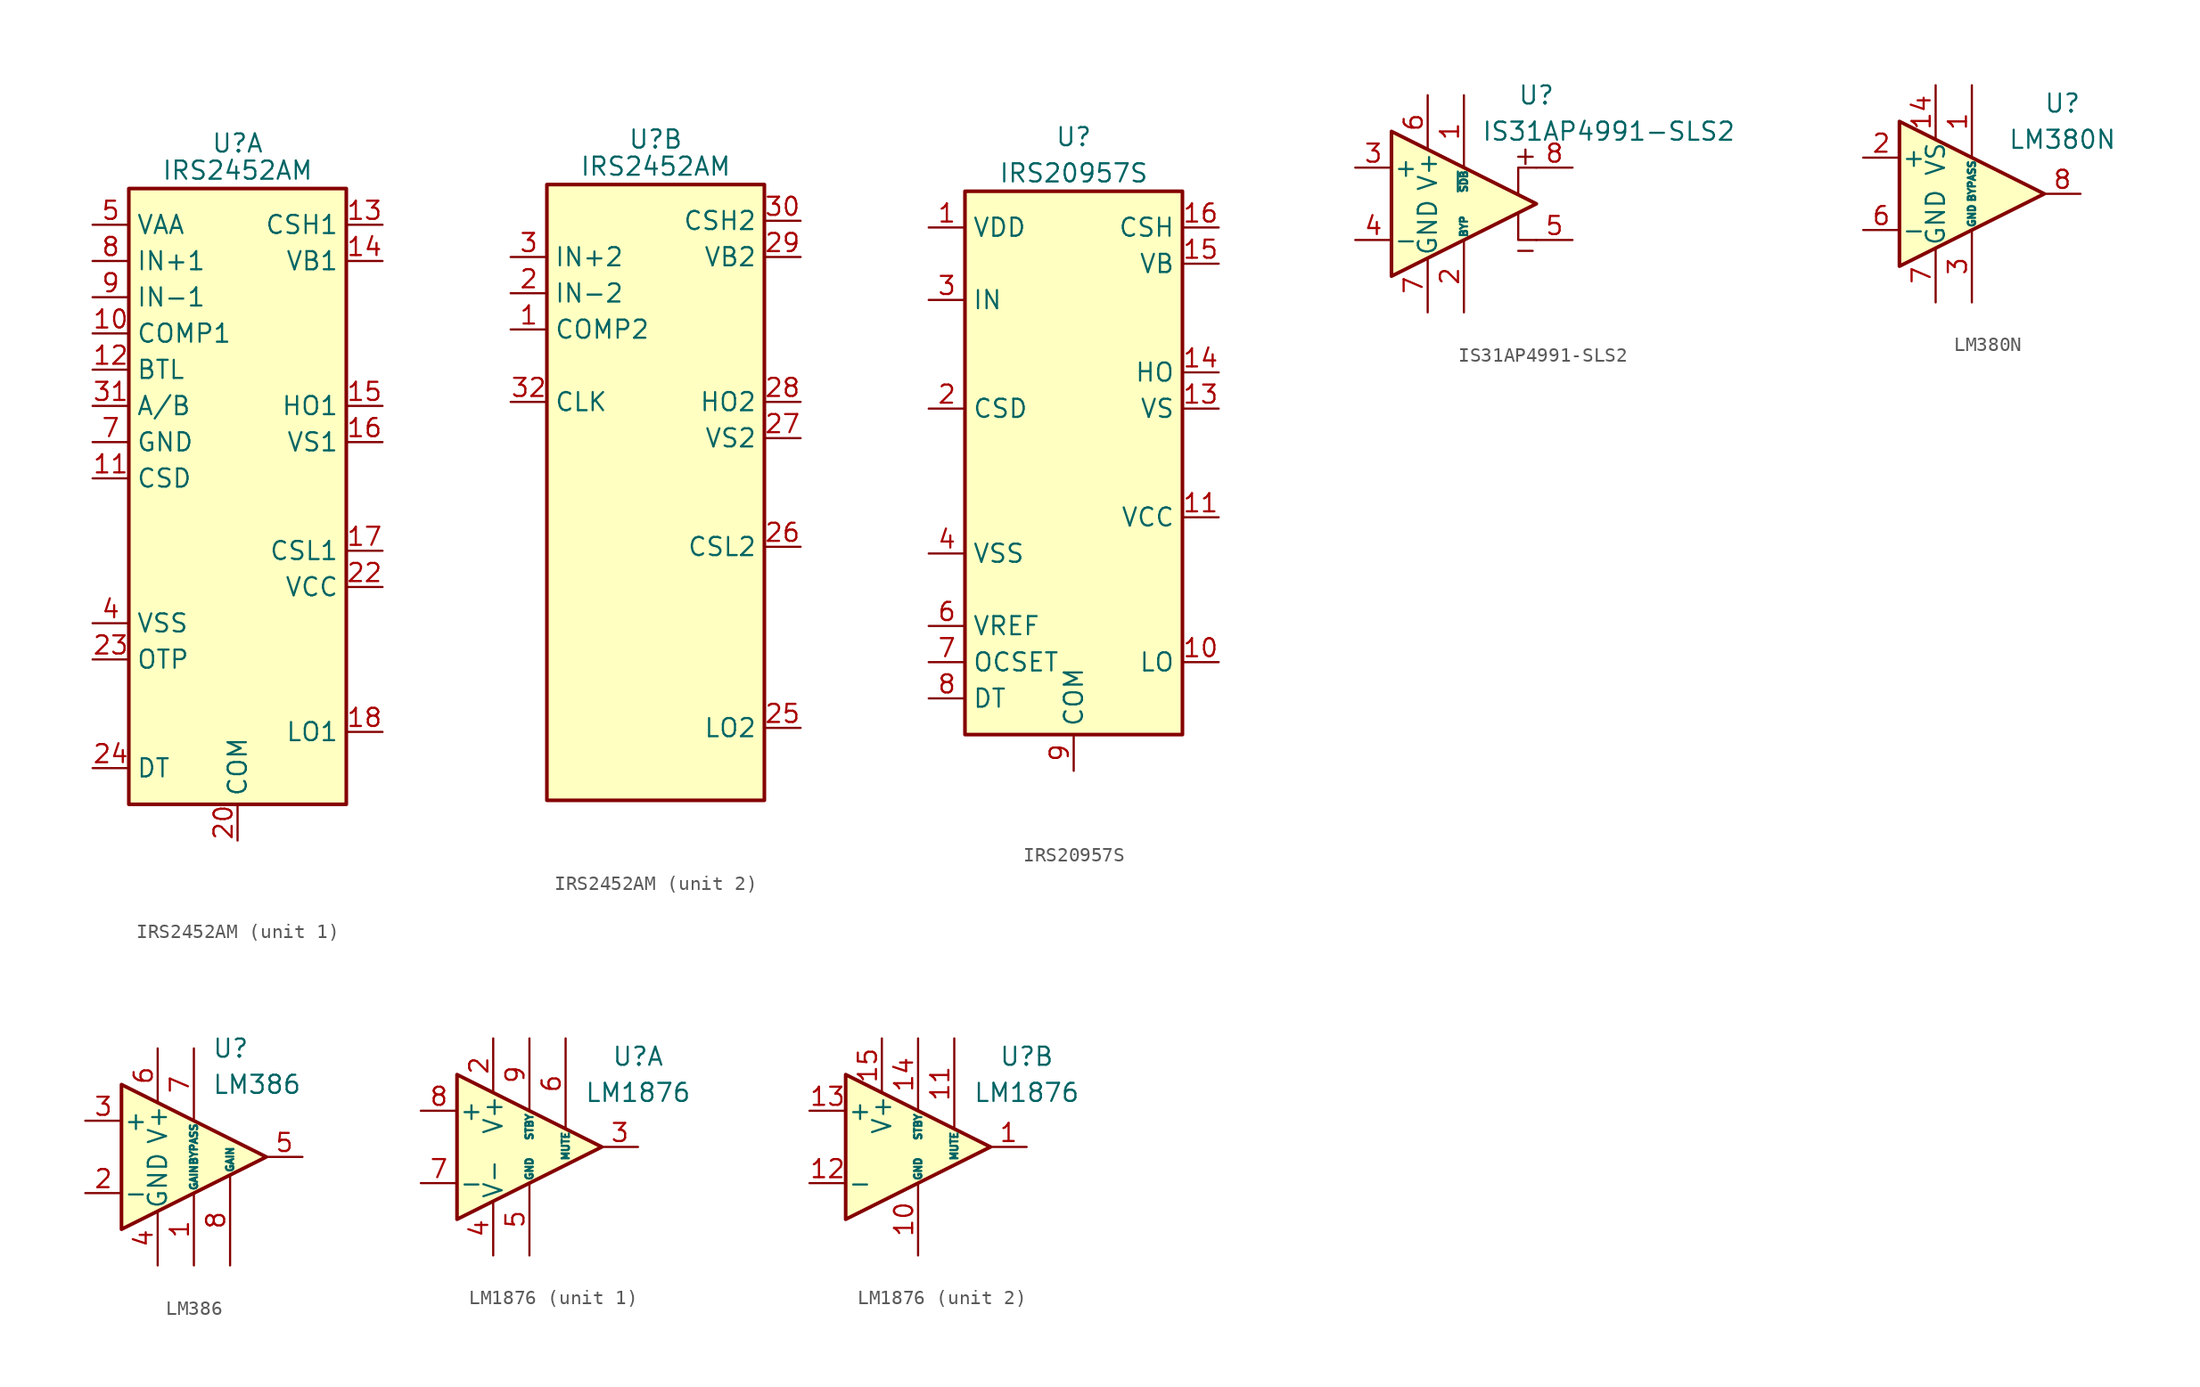
<source format=kicad_sym>
(kicad_symbol_lib
  (version 20220914)
  (generator kicad_symbol_editor)
  (symbol "IRS2452AM"
    (property "Reference" "U"
      (at 0 26.035 0)
      (effects (font (size 1.27 1.27))))
    (property "Value" "IRS2452AM"
      (at 0 24.13 0)
      (effects (font (size 1.27 1.27))))
    (property "ki_locked" ""
      (at 0 0 0)
      (effects (font (size 1.27 1.27))))
    (symbol "IRS2452AM_0_1"
      (rectangle (start -7.62 -20.32) (end 7.62 22.86) (stroke (width 0.254) (type default)) (fill (type background))))
    (symbol "IRS2452AM_1_1"
      (pin output line (at -10.16 12.7 0) (length 2.54) (name "COMP1" (effects (font (size 1.27 1.27)))) (number "10" (effects (font (size 1.27 1.27)))))
      (pin passive line (at -10.16 2.54 0) (length 2.54) (name "CSD" (effects (font (size 1.27 1.27)))) (number "11" (effects (font (size 1.27 1.27)))))
      (pin input line (at -10.16 10.16 0) (length 2.54) (name "BTL" (effects (font (size 1.27 1.27)))) (number "12" (effects (font (size 1.27 1.27)))))
      (pin passive line (at 10.16 20.32 180) (length 2.54) (name "CSH1" (effects (font (size 1.27 1.27)))) (number "13" (effects (font (size 1.27 1.27)))))
      (pin power_in line (at 10.16 17.78 180) (length 2.54) (name "VB1" (effects (font (size 1.27 1.27)))) (number "14" (effects (font (size 1.27 1.27)))))
      (pin output line (at 10.16 7.62 180) (length 2.54) (name "HO1" (effects (font (size 1.27 1.27)))) (number "15" (effects (font (size 1.27 1.27)))))
      (pin passive line (at 10.16 5.08 180) (length 2.54) (name "VS1" (effects (font (size 1.27 1.27)))) (number "16" (effects (font (size 1.27 1.27)))))
      (pin passive line (at 10.16 -2.54 180) (length 2.54) (name "CSL1" (effects (font (size 1.27 1.27)))) (number "17" (effects (font (size 1.27 1.27)))))
      (pin output line (at 10.16 -15.24 180) (length 2.54) (name "LO1" (effects (font (size 1.27 1.27)))) (number "18" (effects (font (size 1.27 1.27)))))
      (pin no_connect line (at -7.62 -2.54 0) (length 2.54) hide (name "NC" (effects (font (size 1.27 1.27)))) (number "19" (effects (font (size 1.27 1.27)))))
      (pin power_in line (at 0 -22.86 90) (length 2.54) (name "COM" (effects (font (size 1.27 1.27)))) (number "20" (effects (font (size 1.27 1.27)))))
      (pin no_connect line (at -7.62 -5.08 0) (length 2.54) hide (name "NC" (effects (font (size 1.27 1.27)))) (number "21" (effects (font (size 1.27 1.27)))))
      (pin power_in line (at 10.16 -5.08 180) (length 2.54) (name "VCC" (effects (font (size 1.27 1.27)))) (number "22" (effects (font (size 1.27 1.27)))))
      (pin passive line (at -10.16 -10.16 0) (length 2.54) (name "OTP" (effects (font (size 1.27 1.27)))) (number "23" (effects (font (size 1.27 1.27)))))
      (pin passive line (at -10.16 -17.78 0) (length 2.54) (name "DT" (effects (font (size 1.27 1.27)))) (number "24" (effects (font (size 1.27 1.27)))))
      (pin input line (at -10.16 7.62 0) (length 2.54) (name "A/B" (effects (font (size 1.27 1.27)))) (number "31" (effects (font (size 1.27 1.27)))))
      (pin passive line (at 0 -22.86 90) (length 2.54) hide (name "COM" (effects (font (size 1.27 1.27)))) (number "33" (effects (font (size 1.27 1.27)))))
      (pin power_in line (at -10.16 -7.62 0) (length 2.54) (name "VSS" (effects (font (size 1.27 1.27)))) (number "4" (effects (font (size 1.27 1.27)))))
      (pin power_in line (at -10.16 20.32 0) (length 2.54) (name "VAA" (effects (font (size 1.27 1.27)))) (number "5" (effects (font (size 1.27 1.27)))))
      (pin no_connect line (at -7.62 0 0) (length 2.54) hide (name "NC" (effects (font (size 1.27 1.27)))) (number "6" (effects (font (size 1.27 1.27)))))
      (pin power_in line (at -10.16 5.08 0) (length 2.54) (name "GND" (effects (font (size 1.27 1.27)))) (number "7" (effects (font (size 1.27 1.27)))))
      (pin input line (at -10.16 17.78 0) (length 2.54) (name "IN+1" (effects (font (size 1.27 1.27)))) (number "8" (effects (font (size 1.27 1.27)))))
      (pin input line (at -10.16 15.24 0) (length 2.54) (name "IN-1" (effects (font (size 1.27 1.27)))) (number "9" (effects (font (size 1.27 1.27))))))
    (symbol "IRS2452AM_2_1"
      (pin output line (at -10.16 12.7 0) (length 2.54) (name "COMP2" (effects (font (size 1.27 1.27)))) (number "1" (effects (font (size 1.27 1.27)))))
      (pin input line (at -10.16 15.24 0) (length 2.54) (name "IN-2" (effects (font (size 1.27 1.27)))) (number "2" (effects (font (size 1.27 1.27)))))
      (pin output line (at 10.16 -15.24 180) (length 2.54) (name "LO2" (effects (font (size 1.27 1.27)))) (number "25" (effects (font (size 1.27 1.27)))))
      (pin passive line (at 10.16 -2.54 180) (length 2.54) (name "CSL2" (effects (font (size 1.27 1.27)))) (number "26" (effects (font (size 1.27 1.27)))))
      (pin passive line (at 10.16 5.08 180) (length 2.54) (name "VS2" (effects (font (size 1.27 1.27)))) (number "27" (effects (font (size 1.27 1.27)))))
      (pin output line (at 10.16 7.62 180) (length 2.54) (name "HO2" (effects (font (size 1.27 1.27)))) (number "28" (effects (font (size 1.27 1.27)))))
      (pin power_in line (at 10.16 17.78 180) (length 2.54) (name "VB2" (effects (font (size 1.27 1.27)))) (number "29" (effects (font (size 1.27 1.27)))))
      (pin input line (at -10.16 17.78 0) (length 2.54) (name "IN+2" (effects (font (size 1.27 1.27)))) (number "3" (effects (font (size 1.27 1.27)))))
      (pin passive line (at 10.16 20.32 180) (length 2.54) (name "CSH2" (effects (font (size 1.27 1.27)))) (number "30" (effects (font (size 1.27 1.27)))))
      (pin input line (at -10.16 7.62 0) (length 2.54) (name "CLK" (effects (font (size 1.27 1.27)))) (number "32" (effects (font (size 1.27 1.27)))))))
  (symbol "IRS20957S"
    (property "Reference" "U"
      (at 0 24.13 0)
      (effects (font (size 1.27 1.27))))
    (property "Value" "IRS20957S"
      (at 0 21.59 0)
      (effects (font (size 1.27 1.27))))
    (symbol "IRS20957S_0_1"
      (rectangle (start -7.62 -17.78) (end 7.62 20.32) (stroke (width 0.254) (type default)) (fill (type background))))
    (symbol "IRS20957S_1_1"
      (pin power_in line (at -10.16 17.78 0) (length 2.54) (name "VDD" (effects (font (size 1.27 1.27)))) (number "1" (effects (font (size 1.27 1.27)))))
      (pin output line (at 10.16 -12.7 180) (length 2.54) (name "LO" (effects (font (size 1.27 1.27)))) (number "10" (effects (font (size 1.27 1.27)))))
      (pin power_in line (at 10.16 -2.54 180) (length 2.54) (name "VCC" (effects (font (size 1.27 1.27)))) (number "11" (effects (font (size 1.27 1.27)))))
      (pin no_connect line (at 7.62 0 180) (length 2.54) hide (name "NC" (effects (font (size 1.27 1.27)))) (number "12" (effects (font (size 1.27 1.27)))))
      (pin passive line (at 10.16 5.08 180) (length 2.54) (name "VS" (effects (font (size 1.27 1.27)))) (number "13" (effects (font (size 1.27 1.27)))))
      (pin output line (at 10.16 7.62 180) (length 2.54) (name "HO" (effects (font (size 1.27 1.27)))) (number "14" (effects (font (size 1.27 1.27)))))
      (pin power_in line (at 10.16 15.24 180) (length 2.54) (name "VB" (effects (font (size 1.27 1.27)))) (number "15" (effects (font (size 1.27 1.27)))))
      (pin passive line (at 10.16 17.78 180) (length 2.54) (name "CSH" (effects (font (size 1.27 1.27)))) (number "16" (effects (font (size 1.27 1.27)))))
      (pin passive line (at -10.16 5.08 0) (length 2.54) (name "CSD" (effects (font (size 1.27 1.27)))) (number "2" (effects (font (size 1.27 1.27)))))
      (pin input line (at -10.16 12.7 0) (length 2.54) (name "IN" (effects (font (size 1.27 1.27)))) (number "3" (effects (font (size 1.27 1.27)))))
      (pin power_in line (at -10.16 -5.08 0) (length 2.54) (name "VSS" (effects (font (size 1.27 1.27)))) (number "4" (effects (font (size 1.27 1.27)))))
      (pin no_connect line (at -7.62 0 0) (length 2.54) hide (name "NC" (effects (font (size 1.27 1.27)))) (number "5" (effects (font (size 1.27 1.27)))))
      (pin power_out line (at -10.16 -10.16 0) (length 2.54) (name "VREF" (effects (font (size 1.27 1.27)))) (number "6" (effects (font (size 1.27 1.27)))))
      (pin passive line (at -10.16 -12.7 0) (length 2.54) (name "OCSET" (effects (font (size 1.27 1.27)))) (number "7" (effects (font (size 1.27 1.27)))))
      (pin passive line (at -10.16 -15.24 0) (length 2.54) (name "DT" (effects (font (size 1.27 1.27)))) (number "8" (effects (font (size 1.27 1.27)))))
      (pin power_in line (at 0 -20.32 90) (length 2.54) (name "COM" (effects (font (size 1.27 1.27)))) (number "9" (effects (font (size 1.27 1.27)))))))
  (symbol "IS31AP4991-SLS2"
    (pin_names
      (offset 0.127))
    (property "Reference" "U"
      (at 5.08 7.62 0)
      (effects (font (size 1.27 1.27))))
    (property "Value" "IS31AP4991-SLS2"
      (at 10.16 5.08 0)
      (effects (font (size 1.27 1.27))))
    (symbol "IS31AP4991-SLS2_0_1"
      (polyline (pts (xy 3.81 -3.302) (xy 4.826 -3.302)) (stroke (width 0) (type default)) (fill (type none)))
      (polyline (pts (xy 3.81 3.302) (xy 4.826 3.302)) (stroke (width 0) (type default)) (fill (type none)))
      (polyline (pts (xy 4.318 2.794) (xy 4.318 3.81)) (stroke (width 0) (type default)) (fill (type none))))
    (symbol "IS31AP4991-SLS2_1_1"
      (polyline (pts (xy 3.81 -0.635) (xy 3.81 -2.54) (xy 5.08 -2.54)) (stroke (width 0) (type default)) (fill (type none)))
      (polyline (pts (xy 5.08 2.54) (xy 3.81 2.54) (xy 3.81 0.635)) (stroke (width 0) (type default)) (fill (type none)))
      (polyline (pts (xy -5.08 5.08) (xy 5.08 0) (xy -5.08 -5.08) (xy -5.08 5.08)) (stroke (width 0.254) (type default)) (fill (type background)))
      (pin input line (at 0 7.62 270) (length 5.08) (name "~{SDB}" (effects (font (size 0.508 0.508)))) (number "1" (effects (font (size 1.27 1.27)))))
      (pin passive line (at 0 -7.62 90) (length 5.08) (name "BYP" (effects (font (size 0.508 0.508)))) (number "2" (effects (font (size 1.27 1.27)))))
      (pin input line (at -7.62 2.54 0) (length 2.54) (name "+" (effects (font (size 1.27 1.27)))) (number "3" (effects (font (size 1.27 1.27)))))
      (pin input line (at -7.62 -2.54 0) (length 2.54) (name "-" (effects (font (size 1.27 1.27)))) (number "4" (effects (font (size 1.27 1.27)))))
      (pin output line (at 7.62 -2.54 180) (length 2.54) (name "~" (effects (font (size 1.27 1.27)))) (number "5" (effects (font (size 1.27 1.27)))))
      (pin power_in line (at -2.54 7.62 270) (length 3.81) (name "V+" (effects (font (size 1.27 1.27)))) (number "6" (effects (font (size 1.27 1.27)))))
      (pin power_in line (at -2.54 -7.62 90) (length 3.81) (name "GND" (effects (font (size 1.27 1.27)))) (number "7" (effects (font (size 1.27 1.27)))))
      (pin output line (at 7.62 2.54 180) (length 2.54) (name "~" (effects (font (size 1.27 1.27)))) (number "8" (effects (font (size 1.27 1.27)))))))
  (symbol "LM380N"
    (pin_names
      (offset 0.127))
    (property "Reference" "U"
      (at 6.35 6.35 0)
      (effects (font (size 1.27 1.27))))
    (property "Value" "LM380N"
      (at 6.35 3.81 0)
      (effects (font (size 1.27 1.27))))
    (symbol "LM380N_0_1"
      (polyline (pts (xy -5.08 5.08) (xy 5.08 0) (xy -5.08 -5.08) (xy -5.08 5.08)) (stroke (width 0.254) (type default)) (fill (type background))))
    (symbol "LM380N_1_1"
      (pin passive line (at 0 7.62 270) (length 5.08) (name "BYPASS" (effects (font (size 0.508 0.508)))) (number "1" (effects (font (size 1.27 1.27)))))
      (pin passive line (at 0 -7.62 90) (length 5.08) hide (name "GND" (effects (font (size 0.508 0.508)))) (number "10" (effects (font (size 1.27 1.27)))))
      (pin passive line (at 0 -7.62 90) (length 5.08) hide (name "GND" (effects (font (size 0.508 0.508)))) (number "11" (effects (font (size 1.27 1.27)))))
      (pin passive line (at 0 -7.62 90) (length 5.08) hide (name "GND" (effects (font (size 0.508 0.508)))) (number "12" (effects (font (size 1.27 1.27)))))
      (pin no_connect line (at 0 -2.54 90) (length 2.54) hide (name "NC" (effects (font (size 1.27 1.27)))) (number "13" (effects (font (size 1.27 1.27)))))
      (pin power_in line (at -2.54 7.62 270) (length 3.81) (name "VS" (effects (font (size 1.27 1.27)))) (number "14" (effects (font (size 1.27 1.27)))))
      (pin input line (at -7.62 2.54 0) (length 2.54) (name "+" (effects (font (size 1.27 1.27)))) (number "2" (effects (font (size 1.27 1.27)))))
      (pin power_in line (at 0 -7.62 90) (length 5.08) (name "GND" (effects (font (size 0.508 0.508)))) (number "3" (effects (font (size 1.27 1.27)))))
      (pin passive line (at 0 -7.62 90) (length 5.08) hide (name "GND" (effects (font (size 0.508 0.508)))) (number "4" (effects (font (size 1.27 1.27)))))
      (pin passive line (at 0 -7.62 90) (length 5.08) hide (name "GND" (effects (font (size 0.508 0.508)))) (number "5" (effects (font (size 1.27 1.27)))))
      (pin input line (at -7.62 -2.54 0) (length 2.54) (name "-" (effects (font (size 1.27 1.27)))) (number "6" (effects (font (size 1.27 1.27)))))
      (pin power_in line (at -2.54 -7.62 90) (length 3.81) (name "GND" (effects (font (size 1.27 1.27)))) (number "7" (effects (font (size 1.27 1.27)))))
      (pin output line (at 7.62 0 180) (length 2.54) (name "~" (effects (font (size 1.27 1.27)))) (number "8" (effects (font (size 1.27 1.27)))))
      (pin no_connect line (at 0 2.54 270) (length 2.54) hide (name "NC" (effects (font (size 1.27 1.27)))) (number "9" (effects (font (size 1.27 1.27)))))))
  (symbol "LM386"
    (pin_names
      (offset 0.127))
    (property "Reference" "U"
      (at 1.27 7.62 0)
      (effects (font (size 1.27 1.27)) (justify left)))
    (property "Value" "LM386"
      (at 1.27 5.08 0)
      (effects (font (size 1.27 1.27)) (justify left)))
    (symbol "LM386_0_1"
      (polyline (pts (xy 5.08 0) (xy -5.08 5.08) (xy -5.08 -5.08) (xy 5.08 0)) (stroke (width 0.254) (type default)) (fill (type background))))
    (symbol "LM386_1_1"
      (pin input line (at 0 -7.62 90) (length 5.08) (name "GAIN" (effects (font (size 0.508 0.508)))) (number "1" (effects (font (size 1.27 1.27)))))
      (pin input line (at -7.62 -2.54 0) (length 2.54) (name "-" (effects (font (size 1.27 1.27)))) (number "2" (effects (font (size 1.27 1.27)))))
      (pin input line (at -7.62 2.54 0) (length 2.54) (name "+" (effects (font (size 1.27 1.27)))) (number "3" (effects (font (size 1.27 1.27)))))
      (pin power_in line (at -2.54 -7.62 90) (length 3.81) (name "GND" (effects (font (size 1.27 1.27)))) (number "4" (effects (font (size 1.27 1.27)))))
      (pin output line (at 7.62 0 180) (length 2.54) (name "~" (effects (font (size 1.27 1.27)))) (number "5" (effects (font (size 1.27 1.27)))))
      (pin power_in line (at -2.54 7.62 270) (length 3.81) (name "V+" (effects (font (size 1.27 1.27)))) (number "6" (effects (font (size 1.27 1.27)))))
      (pin input line (at 0 7.62 270) (length 5.08) (name "BYPASS" (effects (font (size 0.508 0.508)))) (number "7" (effects (font (size 1.27 1.27)))))
      (pin input line (at 2.54 -7.62 90) (length 6.35) (name "GAIN" (effects (font (size 0.508 0.508)))) (number "8" (effects (font (size 1.27 1.27)))))))
  (symbol "LM1876"
    (pin_names
      (offset 0.127))
    (property "Reference" "U"
      (at 7.62 6.35 0)
      (effects (font (size 1.27 1.27))))
    (property "Value" "LM1876"
      (at 7.62 3.81 0)
      (effects (font (size 1.27 1.27))))
    (property "ki_locked" ""
      (at 0 0 0)
      (effects (font (size 1.27 1.27))))
    (symbol "LM1876_0_1"
      (polyline (pts (xy -5.08 5.08) (xy 5.08 0) (xy -5.08 -5.08) (xy -5.08 5.08)) (stroke (width 0.254) (type default)) (fill (type background))))
    (symbol "LM1876_1_1"
      (pin power_in line (at -2.54 7.62 270) (length 3.81) (name "V+" (effects (font (size 1.27 1.27)))) (number "2" (effects (font (size 1.27 1.27)))))
      (pin output line (at 7.62 0 180) (length 2.54) (name "~" (effects (font (size 1.27 1.27)))) (number "3" (effects (font (size 1.27 1.27)))))
      (pin power_in line (at -2.54 -7.62 90) (length 3.81) (name "V-" (effects (font (size 1.27 1.27)))) (number "4" (effects (font (size 1.27 1.27)))))
      (pin power_in line (at 0 -7.62 90) (length 5.08) (name "GND" (effects (font (size 0.508 0.508)))) (number "5" (effects (font (size 1.27 1.27)))))
      (pin input line (at 2.54 7.62 270) (length 6.35) (name "MUTE" (effects (font (size 0.508 0.508)))) (number "6" (effects (font (size 1.27 1.27)))))
      (pin input line (at -7.62 -2.54 0) (length 2.54) (name "-" (effects (font (size 1.27 1.27)))) (number "7" (effects (font (size 1.27 1.27)))))
      (pin input line (at -7.62 2.54 0) (length 2.54) (name "+" (effects (font (size 1.27 1.27)))) (number "8" (effects (font (size 1.27 1.27)))))
      (pin input line (at 0 7.62 270) (length 5.08) (name "STBY" (effects (font (size 0.508 0.508)))) (number "9" (effects (font (size 1.27 1.27))))))
    (symbol "LM1876_2_1"
      (pin output line (at 7.62 0 180) (length 2.54) (name "~" (effects (font (size 1.27 1.27)))) (number "1" (effects (font (size 1.27 1.27)))))
      (pin power_in line (at 0 -7.62 90) (length 5.08) (name "GND" (effects (font (size 0.508 0.508)))) (number "10" (effects (font (size 1.27 1.27)))))
      (pin input line (at 2.54 7.62 270) (length 6.35) (name "MUTE" (effects (font (size 0.508 0.508)))) (number "11" (effects (font (size 1.27 1.27)))))
      (pin input line (at -7.62 -2.54 0) (length 2.54) (name "-" (effects (font (size 1.27 1.27)))) (number "12" (effects (font (size 1.27 1.27)))))
      (pin input line (at -7.62 2.54 0) (length 2.54) (name "+" (effects (font (size 1.27 1.27)))) (number "13" (effects (font (size 1.27 1.27)))))
      (pin input line (at 0 7.62 270) (length 5.08) (name "STBY" (effects (font (size 0.508 0.508)))) (number "14" (effects (font (size 1.27 1.27)))))
      (pin power_in line (at -2.54 7.62 270) (length 3.81) (name "V+" (effects (font (size 1.27 1.27)))) (number "15" (effects (font (size 1.27 1.27))))))))
</source>
